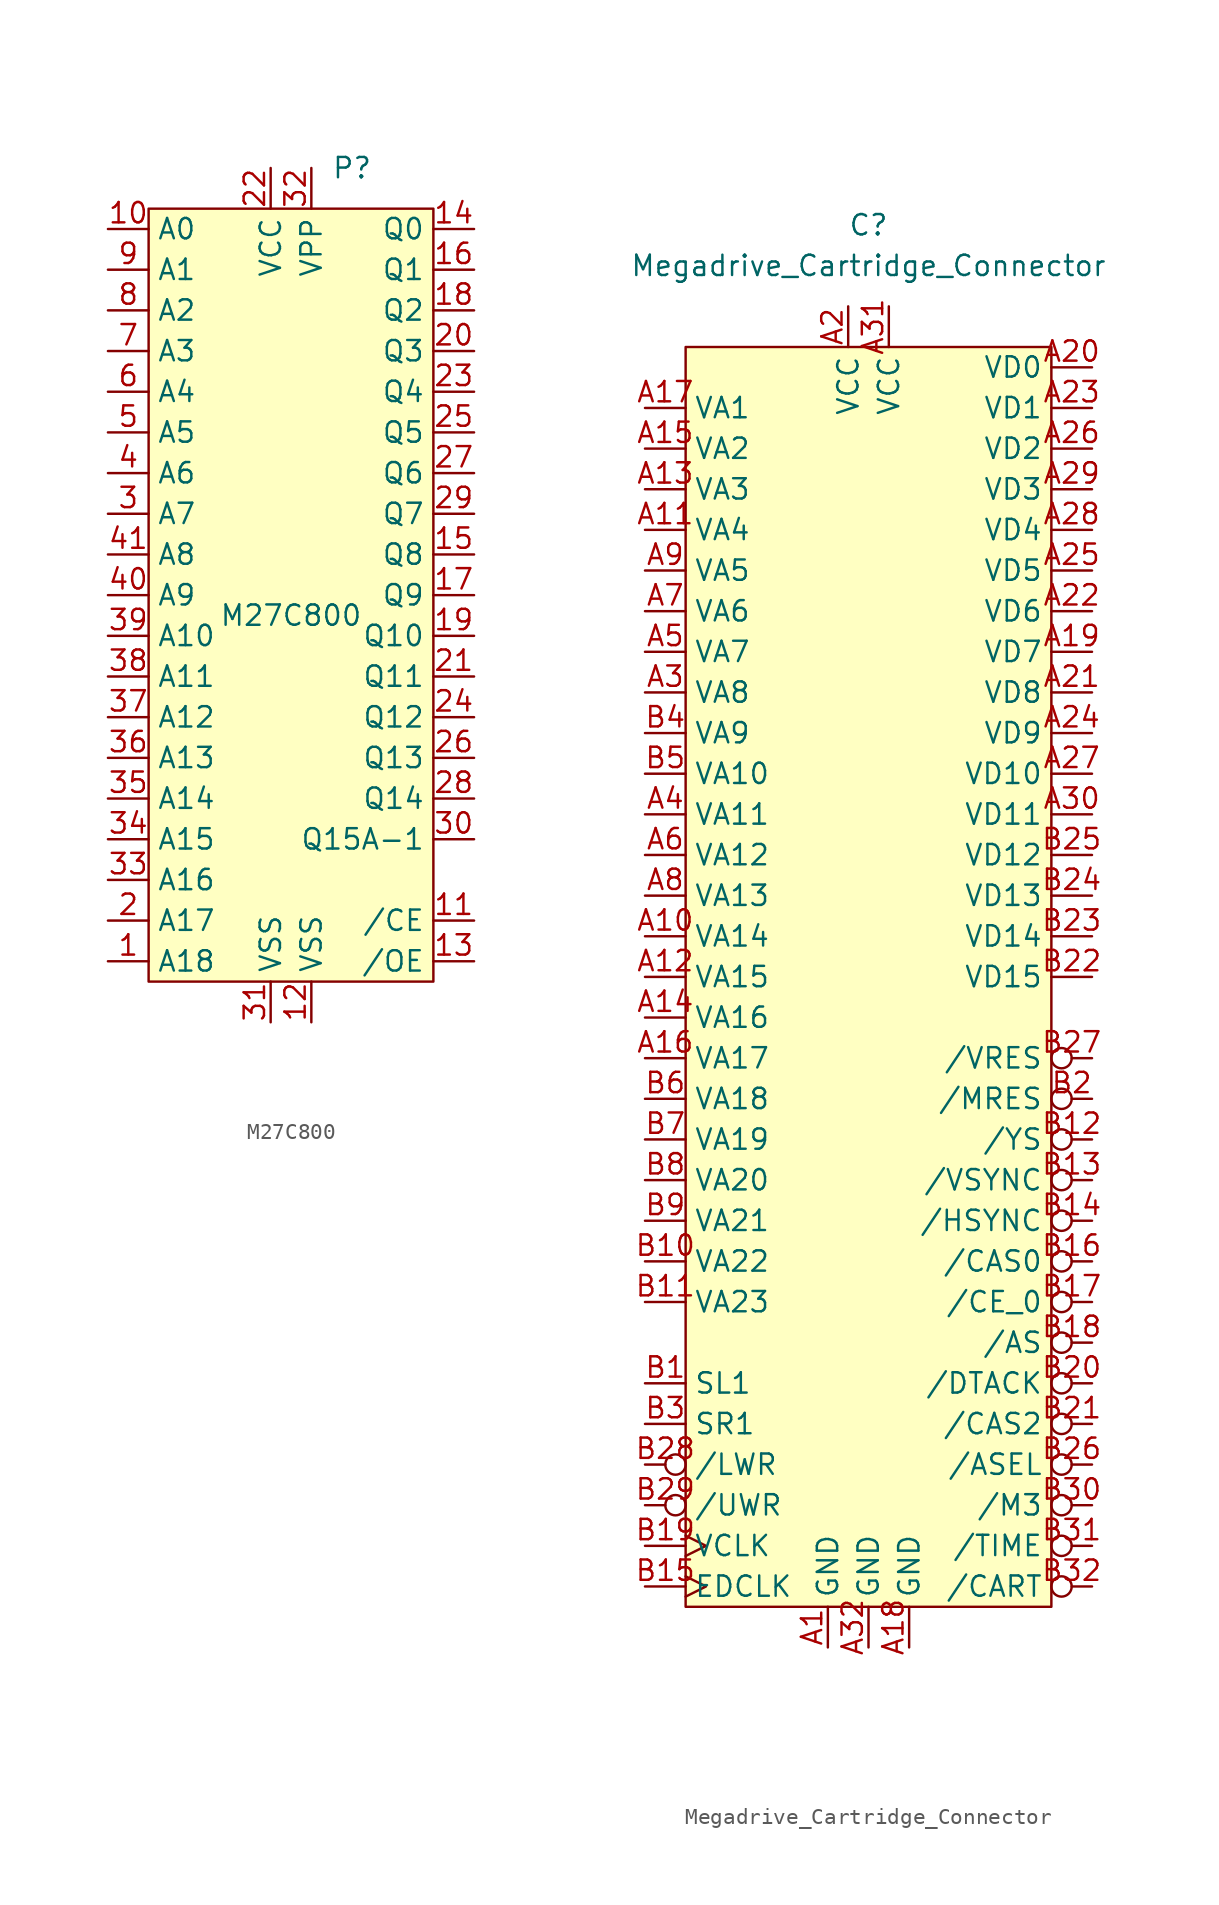
<source format=kicad_sym>
(kicad_symbol_lib
  (version 20211014)
  (generator kicad_symbol_editor)
  (symbol "M27C800"
    (property "Reference" "P"
      (at 3.81 27.94 0)
      (effects (font (size 1.27 1.27))))
    (property "Value" "M27C800"
      (at 0 0 0)
      (effects (font (size 1.27 1.27))))
    (symbol "M27C800_0_0"
      (pin input line (at -11.43 -21.59 0) (length 2.54) (name "A18" (effects (font (size 1.27 1.27)))) (number "1" (effects (font (size 1.27 1.27)))))
      (pin input line (at -11.43 24.13 0) (length 2.54) (name "A0" (effects (font (size 1.27 1.27)))) (number "10" (effects (font (size 1.27 1.27)))))
      (pin input line (at 11.43 -19.05 180) (length 2.54) (name "/CE" (effects (font (size 1.27 1.27)))) (number "11" (effects (font (size 1.27 1.27)))))
      (pin power_in line (at 1.27 -25.4 90) (length 2.54) (name "VSS" (effects (font (size 1.27 1.27)))) (number "12" (effects (font (size 1.27 1.27)))))
      (pin input line (at 11.43 -21.59 180) (length 2.54) (name "/OE" (effects (font (size 1.27 1.27)))) (number "13" (effects (font (size 1.27 1.27)))))
      (pin tri_state line (at 11.43 24.13 180) (length 2.54) (name "Q0" (effects (font (size 1.27 1.27)))) (number "14" (effects (font (size 1.27 1.27)))))
      (pin tri_state line (at 11.43 3.81 180) (length 2.54) (name "Q8" (effects (font (size 1.27 1.27)))) (number "15" (effects (font (size 1.27 1.27)))))
      (pin tri_state line (at 11.43 21.59 180) (length 2.54) (name "Q1" (effects (font (size 1.27 1.27)))) (number "16" (effects (font (size 1.27 1.27)))))
      (pin tri_state line (at 11.43 1.27 180) (length 2.54) (name "Q9" (effects (font (size 1.27 1.27)))) (number "17" (effects (font (size 1.27 1.27)))))
      (pin tri_state line (at 11.43 19.05 180) (length 2.54) (name "Q2" (effects (font (size 1.27 1.27)))) (number "18" (effects (font (size 1.27 1.27)))))
      (pin tri_state line (at 11.43 -1.27 180) (length 2.54) (name "Q10" (effects (font (size 1.27 1.27)))) (number "19" (effects (font (size 1.27 1.27)))))
      (pin input line (at -11.43 -19.05 0) (length 2.54) (name "A17" (effects (font (size 1.27 1.27)))) (number "2" (effects (font (size 1.27 1.27)))))
      (pin tri_state line (at 11.43 16.51 180) (length 2.54) (name "Q3" (effects (font (size 1.27 1.27)))) (number "20" (effects (font (size 1.27 1.27)))))
      (pin tri_state line (at 11.43 -3.81 180) (length 2.54) (name "Q11" (effects (font (size 1.27 1.27)))) (number "21" (effects (font (size 1.27 1.27)))))
      (pin power_in line (at -1.27 27.94 270) (length 2.54) (name "VCC" (effects (font (size 1.27 1.27)))) (number "22" (effects (font (size 1.27 1.27)))))
      (pin tri_state line (at 11.43 13.97 180) (length 2.54) (name "Q4" (effects (font (size 1.27 1.27)))) (number "23" (effects (font (size 1.27 1.27)))))
      (pin tri_state line (at 11.43 -6.35 180) (length 2.54) (name "Q12" (effects (font (size 1.27 1.27)))) (number "24" (effects (font (size 1.27 1.27)))))
      (pin tri_state line (at 11.43 11.43 180) (length 2.54) (name "Q5" (effects (font (size 1.27 1.27)))) (number "25" (effects (font (size 1.27 1.27)))))
      (pin tri_state line (at 11.43 -8.89 180) (length 2.54) (name "Q13" (effects (font (size 1.27 1.27)))) (number "26" (effects (font (size 1.27 1.27)))))
      (pin tri_state line (at 11.43 8.89 180) (length 2.54) (name "Q6" (effects (font (size 1.27 1.27)))) (number "27" (effects (font (size 1.27 1.27)))))
      (pin tri_state line (at 11.43 -11.43 180) (length 2.54) (name "Q14" (effects (font (size 1.27 1.27)))) (number "28" (effects (font (size 1.27 1.27)))))
      (pin tri_state line (at 11.43 6.35 180) (length 2.54) (name "Q7" (effects (font (size 1.27 1.27)))) (number "29" (effects (font (size 1.27 1.27)))))
      (pin input line (at -11.43 6.35 0) (length 2.54) (name "A7" (effects (font (size 1.27 1.27)))) (number "3" (effects (font (size 1.27 1.27)))))
      (pin tri_state line (at 11.43 -13.97 180) (length 2.54) (name "Q15A-1" (effects (font (size 1.27 1.27)))) (number "30" (effects (font (size 1.27 1.27)))))
      (pin power_in line (at -1.27 -25.4 90) (length 2.54) (name "VSS" (effects (font (size 1.27 1.27)))) (number "31" (effects (font (size 1.27 1.27)))))
      (pin power_in line (at 1.27 27.94 270) (length 2.54) (name "VPP" (effects (font (size 1.27 1.27)))) (number "32" (effects (font (size 1.27 1.27)))))
      (pin input line (at -11.43 -16.51 0) (length 2.54) (name "A16" (effects (font (size 1.27 1.27)))) (number "33" (effects (font (size 1.27 1.27)))))
      (pin input line (at -11.43 -13.97 0) (length 2.54) (name "A15" (effects (font (size 1.27 1.27)))) (number "34" (effects (font (size 1.27 1.27)))))
      (pin input line (at -11.43 -11.43 0) (length 2.54) (name "A14" (effects (font (size 1.27 1.27)))) (number "35" (effects (font (size 1.27 1.27)))))
      (pin input line (at -11.43 -8.89 0) (length 2.54) (name "A13" (effects (font (size 1.27 1.27)))) (number "36" (effects (font (size 1.27 1.27)))))
      (pin input line (at -11.43 -6.35 0) (length 2.54) (name "A12" (effects (font (size 1.27 1.27)))) (number "37" (effects (font (size 1.27 1.27)))))
      (pin input line (at -11.43 -3.81 0) (length 2.54) (name "A11" (effects (font (size 1.27 1.27)))) (number "38" (effects (font (size 1.27 1.27)))))
      (pin input line (at -11.43 -1.27 0) (length 2.54) (name "A10" (effects (font (size 1.27 1.27)))) (number "39" (effects (font (size 1.27 1.27)))))
      (pin input line (at -11.43 8.89 0) (length 2.54) (name "A6" (effects (font (size 1.27 1.27)))) (number "4" (effects (font (size 1.27 1.27)))))
      (pin input line (at -11.43 1.27 0) (length 2.54) (name "A9" (effects (font (size 1.27 1.27)))) (number "40" (effects (font (size 1.27 1.27)))))
      (pin input line (at -11.43 3.81 0) (length 2.54) (name "A8" (effects (font (size 1.27 1.27)))) (number "41" (effects (font (size 1.27 1.27)))))
      (pin no_connect non_logic (at 8.89 -16.51 180) (length 2.54) hide (name "NC" (effects (font (size 1.27 1.27)))) (number "42" (effects (font (size 1.27 1.27)))))
      (pin input line (at -11.43 11.43 0) (length 2.54) (name "A5" (effects (font (size 1.27 1.27)))) (number "5" (effects (font (size 1.27 1.27)))))
      (pin input line (at -11.43 13.97 0) (length 2.54) (name "A4" (effects (font (size 1.27 1.27)))) (number "6" (effects (font (size 1.27 1.27)))))
      (pin input line (at -11.43 16.51 0) (length 2.54) (name "A3" (effects (font (size 1.27 1.27)))) (number "7" (effects (font (size 1.27 1.27)))))
      (pin input line (at -11.43 19.05 0) (length 2.54) (name "A2" (effects (font (size 1.27 1.27)))) (number "8" (effects (font (size 1.27 1.27)))))
      (pin input line (at -11.43 21.59 0) (length 2.54) (name "A1" (effects (font (size 1.27 1.27)))) (number "9" (effects (font (size 1.27 1.27))))))
    (symbol "M27C800_0_1"
      (rectangle (start 8.89 -22.86) (end -8.89 25.4) (stroke (width 0) (type default) (color 0 0 0 0)) (fill (type background)))))
  (symbol "Megadrive_Cartridge_Connector"
    (property "Reference" "C"
      (at 0 35.56 0)
      (effects (font (size 1.27 1.27))))
    (property "Value" "Megadrive_Cartridge_Connector"
      (at 0 33.02 0)
      (effects (font (size 1.27 1.27))))
    (symbol "Megadrive_Cartridge_Connector_0_0"
      (pin power_out line (at -2.54 -53.34 90) (length 2.54) (name "GND" (effects (font (size 1.27 1.27)))) (number "A1" (effects (font (size 1.27 1.27)))))
      (pin output line (at -13.97 -8.89 0) (length 2.54) (name "VA14" (effects (font (size 1.27 1.27)))) (number "A10" (effects (font (size 1.27 1.27)))))
      (pin output line (at -13.97 16.51 0) (length 2.54) (name "VA4" (effects (font (size 1.27 1.27)))) (number "A11" (effects (font (size 1.27 1.27)))))
      (pin output line (at -13.97 -11.43 0) (length 2.54) (name "VA15" (effects (font (size 1.27 1.27)))) (number "A12" (effects (font (size 1.27 1.27)))))
      (pin output line (at -13.97 19.05 0) (length 2.54) (name "VA3" (effects (font (size 1.27 1.27)))) (number "A13" (effects (font (size 1.27 1.27)))))
      (pin output line (at -13.97 -13.97 0) (length 2.54) (name "VA16" (effects (font (size 1.27 1.27)))) (number "A14" (effects (font (size 1.27 1.27)))))
      (pin output line (at -13.97 21.59 0) (length 2.54) (name "VA2" (effects (font (size 1.27 1.27)))) (number "A15" (effects (font (size 1.27 1.27)))))
      (pin output line (at -13.97 -16.51 0) (length 2.54) (name "VA17" (effects (font (size 1.27 1.27)))) (number "A16" (effects (font (size 1.27 1.27)))))
      (pin output line (at -13.97 24.13 0) (length 2.54) (name "VA1" (effects (font (size 1.27 1.27)))) (number "A17" (effects (font (size 1.27 1.27)))))
      (pin power_out line (at 2.54 -53.34 90) (length 2.54) (name "GND" (effects (font (size 1.27 1.27)))) (number "A18" (effects (font (size 1.27 1.27)))))
      (pin bidirectional line (at 13.97 8.89 180) (length 2.54) (name "VD7" (effects (font (size 1.27 1.27)))) (number "A19" (effects (font (size 1.27 1.27)))))
      (pin power_out line (at -1.27 30.48 270) (length 2.54) (name "VCC" (effects (font (size 1.27 1.27)))) (number "A2" (effects (font (size 1.27 1.27)))))
      (pin bidirectional line (at 13.97 26.67 180) (length 2.54) (name "VD0" (effects (font (size 1.27 1.27)))) (number "A20" (effects (font (size 1.27 1.27)))))
      (pin bidirectional line (at 13.97 6.35 180) (length 2.54) (name "VD8" (effects (font (size 1.27 1.27)))) (number "A21" (effects (font (size 1.27 1.27)))))
      (pin bidirectional line (at 13.97 11.43 180) (length 2.54) (name "VD6" (effects (font (size 1.27 1.27)))) (number "A22" (effects (font (size 1.27 1.27)))))
      (pin bidirectional line (at 13.97 24.13 180) (length 2.54) (name "VD1" (effects (font (size 1.27 1.27)))) (number "A23" (effects (font (size 1.27 1.27)))))
      (pin bidirectional line (at 13.97 3.81 180) (length 2.54) (name "VD9" (effects (font (size 1.27 1.27)))) (number "A24" (effects (font (size 1.27 1.27)))))
      (pin bidirectional line (at 13.97 13.97 180) (length 2.54) (name "VD5" (effects (font (size 1.27 1.27)))) (number "A25" (effects (font (size 1.27 1.27)))))
      (pin bidirectional line (at 13.97 21.59 180) (length 2.54) (name "VD2" (effects (font (size 1.27 1.27)))) (number "A26" (effects (font (size 1.27 1.27)))))
      (pin bidirectional line (at 13.97 1.27 180) (length 2.54) (name "VD10" (effects (font (size 1.27 1.27)))) (number "A27" (effects (font (size 1.27 1.27)))))
      (pin bidirectional line (at 13.97 16.51 180) (length 2.54) (name "VD4" (effects (font (size 1.27 1.27)))) (number "A28" (effects (font (size 1.27 1.27)))))
      (pin bidirectional line (at 13.97 19.05 180) (length 2.54) (name "VD3" (effects (font (size 1.27 1.27)))) (number "A29" (effects (font (size 1.27 1.27)))))
      (pin output line (at -13.97 6.35 0) (length 2.54) (name "VA8" (effects (font (size 1.27 1.27)))) (number "A3" (effects (font (size 1.27 1.27)))))
      (pin bidirectional line (at 13.97 -1.27 180) (length 2.54) (name "VD11" (effects (font (size 1.27 1.27)))) (number "A30" (effects (font (size 1.27 1.27)))))
      (pin power_out line (at 1.27 30.48 270) (length 2.54) (name "VCC" (effects (font (size 1.27 1.27)))) (number "A31" (effects (font (size 1.27 1.27)))))
      (pin power_out line (at 0 -53.34 90) (length 2.54) (name "GND" (effects (font (size 1.27 1.27)))) (number "A32" (effects (font (size 1.27 1.27)))))
      (pin output line (at -13.97 -1.27 0) (length 2.54) (name "VA11" (effects (font (size 1.27 1.27)))) (number "A4" (effects (font (size 1.27 1.27)))))
      (pin output line (at -13.97 8.89 0) (length 2.54) (name "VA7" (effects (font (size 1.27 1.27)))) (number "A5" (effects (font (size 1.27 1.27)))))
      (pin output line (at -13.97 -3.81 0) (length 2.54) (name "VA12" (effects (font (size 1.27 1.27)))) (number "A6" (effects (font (size 1.27 1.27)))))
      (pin output line (at -13.97 11.43 0) (length 2.54) (name "VA6" (effects (font (size 1.27 1.27)))) (number "A7" (effects (font (size 1.27 1.27)))))
      (pin output line (at -13.97 -6.35 0) (length 2.54) (name "VA13" (effects (font (size 1.27 1.27)))) (number "A8" (effects (font (size 1.27 1.27)))))
      (pin output line (at -13.97 13.97 0) (length 2.54) (name "VA5" (effects (font (size 1.27 1.27)))) (number "A9" (effects (font (size 1.27 1.27)))))
      (pin input line (at -13.97 -36.83 0) (length 2.54) (name "SL1" (effects (font (size 1.27 1.27)))) (number "B1" (effects (font (size 1.27 1.27)))))
      (pin output line (at -13.97 -29.21 0) (length 2.54) (name "VA22" (effects (font (size 1.27 1.27)))) (number "B10" (effects (font (size 1.27 1.27)))))
      (pin output line (at -13.97 -31.75 0) (length 2.54) (name "VA23" (effects (font (size 1.27 1.27)))) (number "B11" (effects (font (size 1.27 1.27)))))
      (pin output inverted (at 13.97 -21.59 180) (length 2.54) (name "/YS" (effects (font (size 1.27 1.27)))) (number "B12" (effects (font (size 1.27 1.27)))))
      (pin output inverted (at 13.97 -24.13 180) (length 2.54) (name "/VSYNC" (effects (font (size 1.27 1.27)))) (number "B13" (effects (font (size 1.27 1.27)))))
      (pin output inverted (at 13.97 -26.67 180) (length 2.54) (name "/HSYNC" (effects (font (size 1.27 1.27)))) (number "B14" (effects (font (size 1.27 1.27)))))
      (pin output clock (at -13.97 -49.53 0) (length 2.54) (name "EDCLK" (effects (font (size 1.27 1.27)))) (number "B15" (effects (font (size 1.27 1.27)))))
      (pin output inverted (at 13.97 -29.21 180) (length 2.54) (name "/CAS0" (effects (font (size 1.27 1.27)))) (number "B16" (effects (font (size 1.27 1.27)))))
      (pin output inverted (at 13.97 -31.75 180) (length 2.54) (name "/CE_0" (effects (font (size 1.27 1.27)))) (number "B17" (effects (font (size 1.27 1.27)))))
      (pin output inverted (at 13.97 -34.29 180) (length 2.54) (name "/AS" (effects (font (size 1.27 1.27)))) (number "B18" (effects (font (size 1.27 1.27)))))
      (pin output clock (at -13.97 -46.99 0) (length 2.54) (name "VCLK" (effects (font (size 1.27 1.27)))) (number "B19" (effects (font (size 1.27 1.27)))))
      (pin output inverted (at 13.97 -19.05 180) (length 2.54) (name "/MRES" (effects (font (size 1.27 1.27)))) (number "B2" (effects (font (size 1.27 1.27)))))
      (pin input inverted (at 13.97 -36.83 180) (length 2.54) (name "/DTACK" (effects (font (size 1.27 1.27)))) (number "B20" (effects (font (size 1.27 1.27)))))
      (pin output inverted (at 13.97 -39.37 180) (length 2.54) (name "/CAS2" (effects (font (size 1.27 1.27)))) (number "B21" (effects (font (size 1.27 1.27)))))
      (pin bidirectional line (at 13.97 -11.43 180) (length 2.54) (name "VD15" (effects (font (size 1.27 1.27)))) (number "B22" (effects (font (size 1.27 1.27)))))
      (pin bidirectional line (at 13.97 -8.89 180) (length 2.54) (name "VD14" (effects (font (size 1.27 1.27)))) (number "B23" (effects (font (size 1.27 1.27)))))
      (pin bidirectional line (at 13.97 -6.35 180) (length 2.54) (name "VD13" (effects (font (size 1.27 1.27)))) (number "B24" (effects (font (size 1.27 1.27)))))
      (pin bidirectional line (at 13.97 -3.81 180) (length 2.54) (name "VD12" (effects (font (size 1.27 1.27)))) (number "B25" (effects (font (size 1.27 1.27)))))
      (pin output inverted (at 13.97 -41.91 180) (length 2.54) (name "/ASEL" (effects (font (size 1.27 1.27)))) (number "B26" (effects (font (size 1.27 1.27)))))
      (pin output inverted (at 13.97 -16.51 180) (length 2.54) (name "/VRES" (effects (font (size 1.27 1.27)))) (number "B27" (effects (font (size 1.27 1.27)))))
      (pin output inverted (at -13.97 -41.91 0) (length 2.54) (name "/LWR" (effects (font (size 1.27 1.27)))) (number "B28" (effects (font (size 1.27 1.27)))))
      (pin output inverted (at -13.97 -44.45 0) (length 2.54) (name "/UWR" (effects (font (size 1.27 1.27)))) (number "B29" (effects (font (size 1.27 1.27)))))
      (pin input line (at -13.97 -39.37 0) (length 2.54) (name "SR1" (effects (font (size 1.27 1.27)))) (number "B3" (effects (font (size 1.27 1.27)))))
      (pin input inverted (at 13.97 -44.45 180) (length 2.54) (name "/M3" (effects (font (size 1.27 1.27)))) (number "B30" (effects (font (size 1.27 1.27)))))
      (pin output inverted (at 13.97 -46.99 180) (length 2.54) (name "/TIME" (effects (font (size 1.27 1.27)))) (number "B31" (effects (font (size 1.27 1.27)))))
      (pin input inverted (at 13.97 -49.53 180) (length 2.54) (name "/CART" (effects (font (size 1.27 1.27)))) (number "B32" (effects (font (size 1.27 1.27)))))
      (pin output line (at -13.97 3.81 0) (length 2.54) (name "VA9" (effects (font (size 1.27 1.27)))) (number "B4" (effects (font (size 1.27 1.27)))))
      (pin output line (at -13.97 1.27 0) (length 2.54) (name "VA10" (effects (font (size 1.27 1.27)))) (number "B5" (effects (font (size 1.27 1.27)))))
      (pin output line (at -13.97 -19.05 0) (length 2.54) (name "VA18" (effects (font (size 1.27 1.27)))) (number "B6" (effects (font (size 1.27 1.27)))))
      (pin output line (at -13.97 -21.59 0) (length 2.54) (name "VA19" (effects (font (size 1.27 1.27)))) (number "B7" (effects (font (size 1.27 1.27)))))
      (pin output line (at -13.97 -24.13 0) (length 2.54) (name "VA20" (effects (font (size 1.27 1.27)))) (number "B8" (effects (font (size 1.27 1.27)))))
      (pin output line (at -13.97 -26.67 0) (length 2.54) (name "VA21" (effects (font (size 1.27 1.27)))) (number "B9" (effects (font (size 1.27 1.27))))))
    (symbol "Megadrive_Cartridge_Connector_0_1"
      (rectangle (start -11.43 27.94) (end 11.43 -50.8) (stroke (width 0) (type default) (color 0 0 0 0)) (fill (type background))))))
</source>
